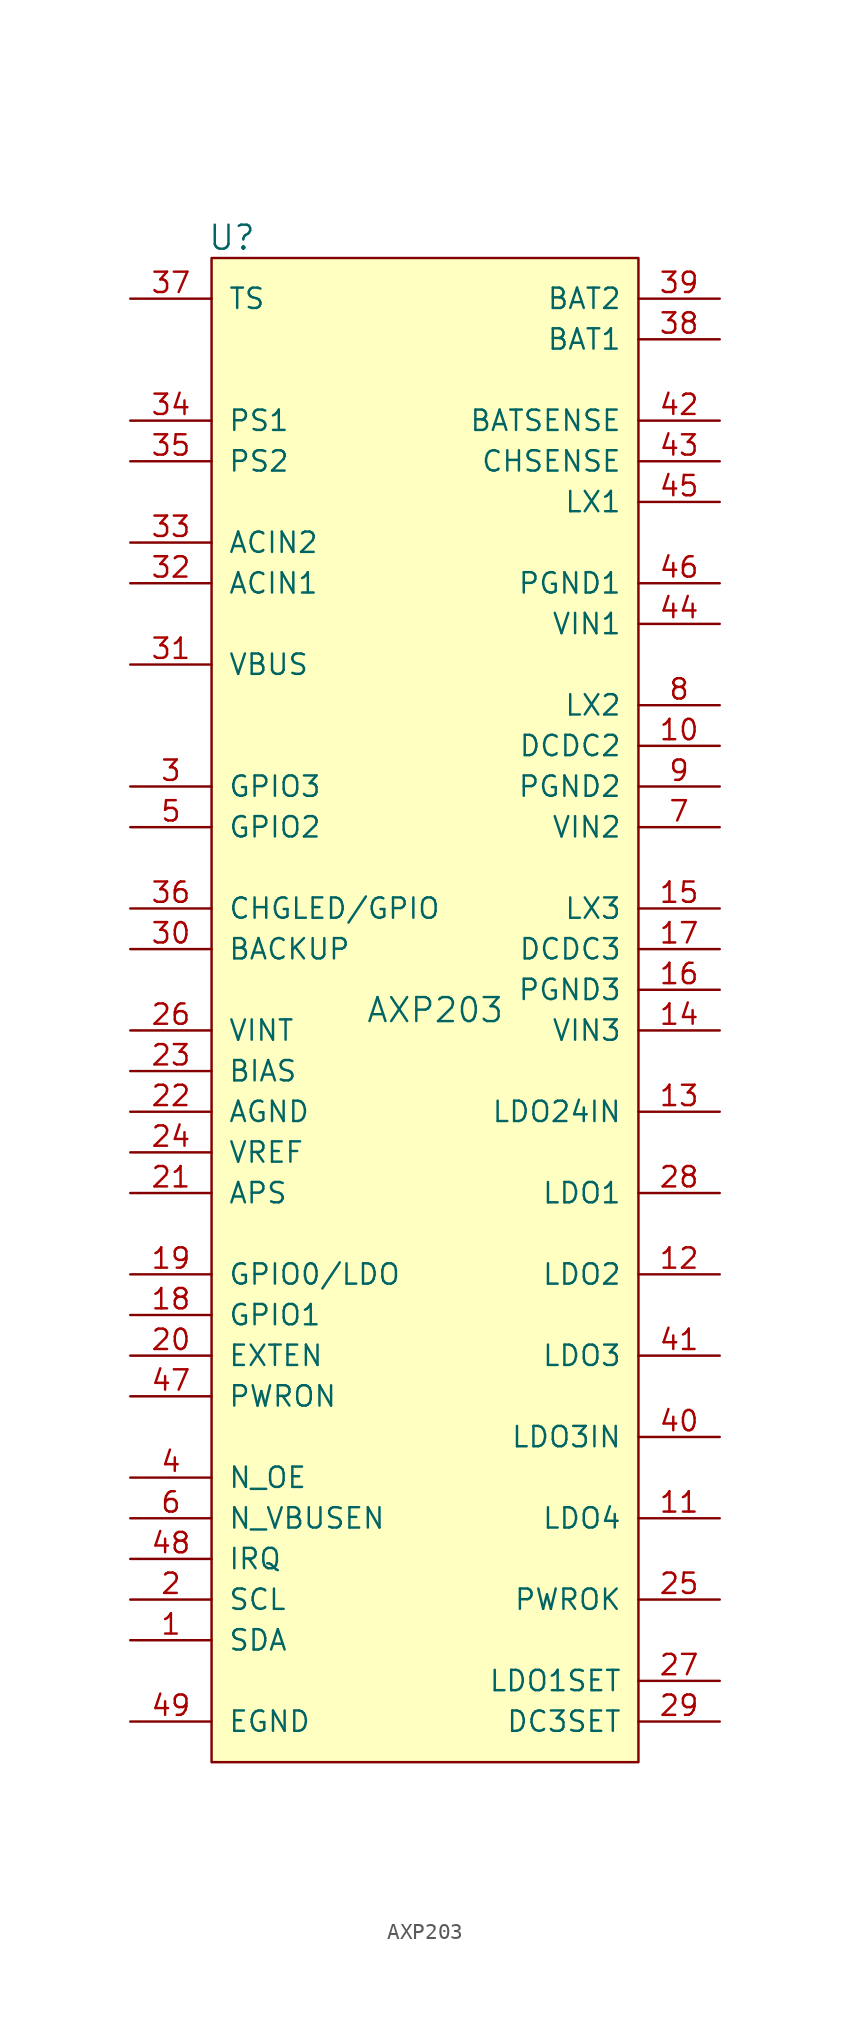
<source format=kicad_sym>
(kicad_symbol_lib
  (version 20211014)
  (generator kicad_symbol_editor)
  (symbol "AXP203"
    (pin_names
      (offset 1.016))
    (property "Reference" "U"
      (at -12.7 46.99 0)
      (effects (font (size 1.499 1.499))))
    (property "Value" "AXP203"
      (at 0 -1.27 0)
      (effects (font (size 1.499 1.499))))
    (symbol "AXP203_0_1"
      (rectangle (start -13.97 45.72) (end 12.7 -48.26) (stroke (width 0) (type default) (color 0 0 0 0)) (fill (type background))))
    (symbol "AXP203_1_0"
      (pin bidirectional line (at -19.05 -40.64 0) (length 5.08) (name "SDA" (effects (font (size 1.27 1.27)))) (number "1" (effects (font (size 1.27 1.27)))))
      (pin power_in line (at 17.78 15.24 180) (length 5.08) (name "DCDC2" (effects (font (size 1.27 1.27)))) (number "10" (effects (font (size 1.27 1.27)))))
      (pin power_out line (at 17.78 -33.02 180) (length 5.08) (name "LDO4" (effects (font (size 1.27 1.27)))) (number "11" (effects (font (size 1.27 1.27)))))
      (pin power_out line (at 17.78 -17.78 180) (length 5.08) (name "LDO2" (effects (font (size 1.27 1.27)))) (number "12" (effects (font (size 1.27 1.27)))))
      (pin power_in line (at 17.78 -7.62 180) (length 5.08) (name "LDO24IN" (effects (font (size 1.27 1.27)))) (number "13" (effects (font (size 1.27 1.27)))))
      (pin power_in line (at 17.78 -2.54 180) (length 5.08) (name "VIN3" (effects (font (size 1.27 1.27)))) (number "14" (effects (font (size 1.27 1.27)))))
      (pin power_in line (at 17.78 5.08 180) (length 5.08) (name "LX3" (effects (font (size 1.27 1.27)))) (number "15" (effects (font (size 1.27 1.27)))))
      (pin power_in line (at 17.78 0 180) (length 5.08) (name "PGND3" (effects (font (size 1.27 1.27)))) (number "16" (effects (font (size 1.27 1.27)))))
      (pin power_in line (at 17.78 2.54 180) (length 5.08) (name "DCDC3" (effects (font (size 1.27 1.27)))) (number "17" (effects (font (size 1.27 1.27)))))
      (pin bidirectional line (at -19.05 -20.32 0) (length 5.08) (name "GPIO1" (effects (font (size 1.27 1.27)))) (number "18" (effects (font (size 1.27 1.27)))))
      (pin bidirectional line (at -19.05 -17.78 0) (length 5.08) (name "GPIO0/LDO" (effects (font (size 1.27 1.27)))) (number "19" (effects (font (size 1.27 1.27)))))
      (pin input line (at -19.05 -38.1 0) (length 5.08) (name "SCL" (effects (font (size 1.27 1.27)))) (number "2" (effects (font (size 1.27 1.27)))))
      (pin input line (at -19.05 -22.86 0) (length 5.08) (name "EXTEN" (effects (font (size 1.27 1.27)))) (number "20" (effects (font (size 1.27 1.27)))))
      (pin unspecified line (at -19.05 -12.7 0) (length 5.08) (name "APS" (effects (font (size 1.27 1.27)))) (number "21" (effects (font (size 1.27 1.27)))))
      (pin power_in line (at -19.05 -7.62 0) (length 5.08) (name "AGND" (effects (font (size 1.27 1.27)))) (number "22" (effects (font (size 1.27 1.27)))))
      (pin unspecified line (at -19.05 -5.08 0) (length 5.08) (name "BIAS" (effects (font (size 1.27 1.27)))) (number "23" (effects (font (size 1.27 1.27)))))
      (pin unspecified line (at -19.05 -10.16 0) (length 5.08) (name "VREF" (effects (font (size 1.27 1.27)))) (number "24" (effects (font (size 1.27 1.27)))))
      (pin output line (at 17.78 -38.1 180) (length 5.08) (name "PWROK" (effects (font (size 1.27 1.27)))) (number "25" (effects (font (size 1.27 1.27)))))
      (pin unspecified line (at -19.05 -2.54 0) (length 5.08) (name "VINT" (effects (font (size 1.27 1.27)))) (number "26" (effects (font (size 1.27 1.27)))))
      (pin input line (at 17.78 -43.18 180) (length 5.08) (name "LDO1SET" (effects (font (size 1.27 1.27)))) (number "27" (effects (font (size 1.27 1.27)))))
      (pin power_out line (at 17.78 -12.7 180) (length 5.08) (name "LDO1" (effects (font (size 1.27 1.27)))) (number "28" (effects (font (size 1.27 1.27)))))
      (pin input line (at 17.78 -45.72 180) (length 5.08) (name "DC3SET" (effects (font (size 1.27 1.27)))) (number "29" (effects (font (size 1.27 1.27)))))
      (pin bidirectional line (at -19.05 12.7 0) (length 5.08) (name "GPIO3" (effects (font (size 1.27 1.27)))) (number "3" (effects (font (size 1.27 1.27)))))
      (pin unspecified line (at -19.05 2.54 0) (length 5.08) (name "BACKUP" (effects (font (size 1.27 1.27)))) (number "30" (effects (font (size 1.27 1.27)))))
      (pin power_in line (at -19.05 20.32 0) (length 5.08) (name "VBUS" (effects (font (size 1.27 1.27)))) (number "31" (effects (font (size 1.27 1.27)))))
      (pin bidirectional line (at -19.05 5.08 0) (length 5.08) (name "CHGLED/GPIO" (effects (font (size 1.27 1.27)))) (number "36" (effects (font (size 1.27 1.27)))))
      (pin power_in line (at 17.78 40.64 180) (length 5.08) (name "BAT1" (effects (font (size 1.27 1.27)))) (number "38" (effects (font (size 1.27 1.27)))))
      (pin power_in line (at 17.78 43.18 180) (length 5.08) (name "BAT2" (effects (font (size 1.27 1.27)))) (number "39" (effects (font (size 1.27 1.27)))))
      (pin output line (at -19.05 -30.48 0) (length 5.08) (name "N_OE" (effects (font (size 1.27 1.27)))) (number "4" (effects (font (size 1.27 1.27)))))
      (pin power_in line (at 17.78 -27.94 180) (length 5.08) (name "LDO3IN" (effects (font (size 1.27 1.27)))) (number "40" (effects (font (size 1.27 1.27)))))
      (pin power_out line (at 17.78 -22.86 180) (length 5.08) (name "LDO3" (effects (font (size 1.27 1.27)))) (number "41" (effects (font (size 1.27 1.27)))))
      (pin input line (at 17.78 35.56 180) (length 5.08) (name "BATSENSE" (effects (font (size 1.27 1.27)))) (number "42" (effects (font (size 1.27 1.27)))))
      (pin input line (at 17.78 33.02 180) (length 5.08) (name "CHSENSE" (effects (font (size 1.27 1.27)))) (number "43" (effects (font (size 1.27 1.27)))))
      (pin power_in line (at 17.78 22.86 180) (length 5.08) (name "VIN1" (effects (font (size 1.27 1.27)))) (number "44" (effects (font (size 1.27 1.27)))))
      (pin power_in line (at 17.78 30.48 180) (length 5.08) (name "LX1" (effects (font (size 1.27 1.27)))) (number "45" (effects (font (size 1.27 1.27)))))
      (pin power_in line (at 17.78 25.4 180) (length 5.08) (name "PGND1" (effects (font (size 1.27 1.27)))) (number "46" (effects (font (size 1.27 1.27)))))
      (pin input line (at -19.05 -25.4 0) (length 5.08) (name "PWRON" (effects (font (size 1.27 1.27)))) (number "47" (effects (font (size 1.27 1.27)))))
      (pin output line (at -19.05 -35.56 0) (length 5.08) (name "IRQ" (effects (font (size 1.27 1.27)))) (number "48" (effects (font (size 1.27 1.27)))))
      (pin power_in line (at -19.05 -45.72 0) (length 5.08) (name "EGND" (effects (font (size 1.27 1.27)))) (number "49" (effects (font (size 1.27 1.27)))))
      (pin bidirectional line (at -19.05 10.16 0) (length 5.08) (name "GPIO2" (effects (font (size 1.27 1.27)))) (number "5" (effects (font (size 1.27 1.27)))))
      (pin output line (at -19.05 -33.02 0) (length 5.08) (name "N_VBUSEN" (effects (font (size 1.27 1.27)))) (number "6" (effects (font (size 1.27 1.27)))))
      (pin power_in line (at 17.78 10.16 180) (length 5.08) (name "VIN2" (effects (font (size 1.27 1.27)))) (number "7" (effects (font (size 1.27 1.27)))))
      (pin power_in line (at 17.78 17.78 180) (length 5.08) (name "LX2" (effects (font (size 1.27 1.27)))) (number "8" (effects (font (size 1.27 1.27)))))
      (pin power_in line (at 17.78 12.7 180) (length 5.08) (name "PGND2" (effects (font (size 1.27 1.27)))) (number "9" (effects (font (size 1.27 1.27))))))
    (symbol "AXP203_1_1"
      (pin power_in line (at -19.05 25.4 0) (length 5.08) (name "ACIN1" (effects (font (size 1.27 1.27)))) (number "32" (effects (font (size 1.27 1.27)))))
      (pin power_in line (at -19.05 27.94 0) (length 5.08) (name "ACIN2" (effects (font (size 1.27 1.27)))) (number "33" (effects (font (size 1.27 1.27)))))
      (pin unspecified line (at -19.05 35.56 0) (length 5.08) (name "PS1" (effects (font (size 1.27 1.27)))) (number "34" (effects (font (size 1.27 1.27)))))
      (pin unspecified line (at -19.05 33.02 0) (length 5.08) (name "PS2" (effects (font (size 1.27 1.27)))) (number "35" (effects (font (size 1.27 1.27)))))
      (pin input line (at -19.05 43.18 0) (length 5.08) (name "TS" (effects (font (size 1.27 1.27)))) (number "37" (effects (font (size 1.27 1.27))))))))
</source>
